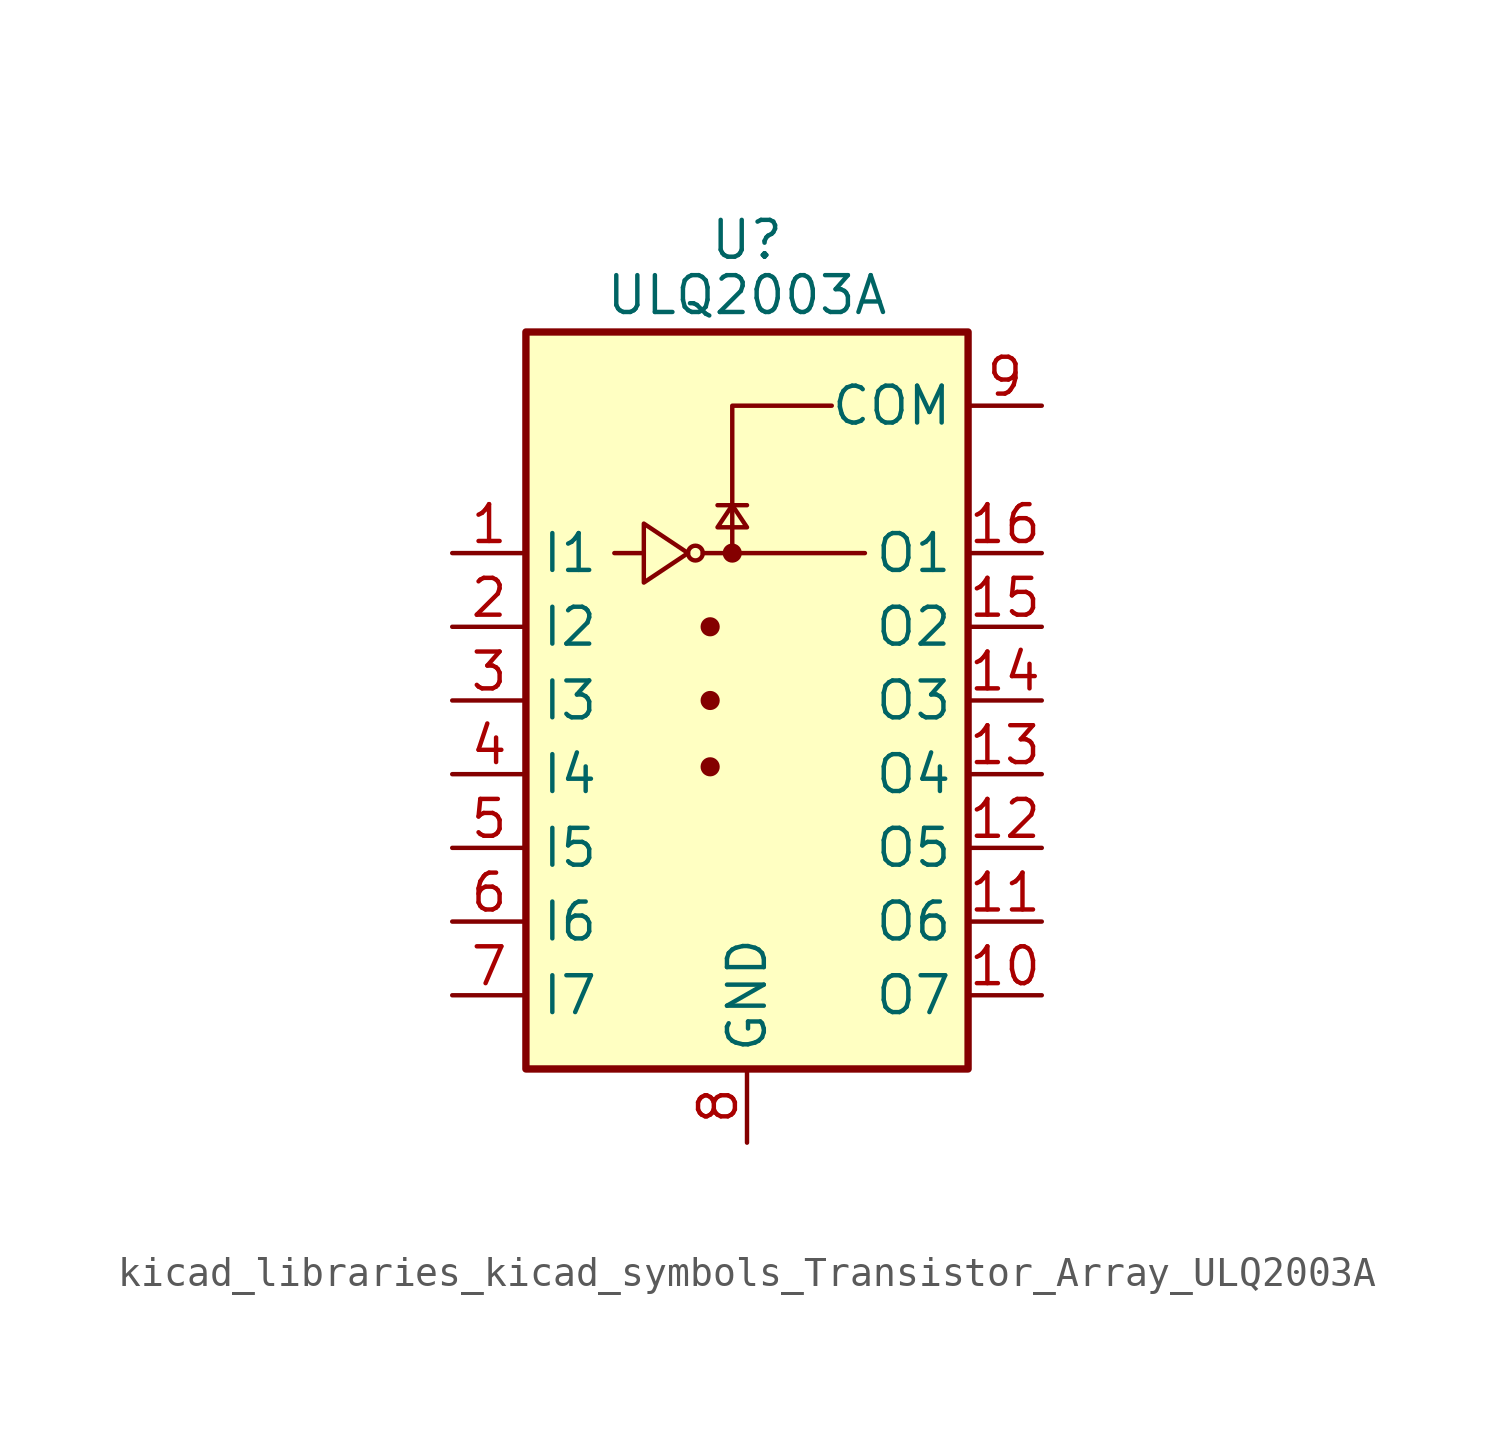
<source format=kicad_sym>
(kicad_symbol_lib
  (version 20220914)
  (generator kicad_symbol_editor)
  (symbol "kicad_libraries_kicad_symbols_Transistor_Array_ULQ2003A"
    (property "Reference" "U"
      (at 0 15.875 0)
      (effects (font (size 1.27 1.27))))
    (property "Value" "ULQ2003A"
      (at 0 13.97 0)
      (effects (font (size 1.27 1.27))))
    (symbol "kicad_libraries_kicad_symbols_Transistor_Array_ULQ2003A_0_1"
      (rectangle (start -7.62 -12.7) (end 7.62 12.7) (stroke (width 0.254) (type default)) (fill (type background)))
      (circle (center -1.778 5.08) (radius 0.254) (stroke (width 0) (type default)) (fill (type none)))
      (circle (center -1.27 -2.286) (radius 0.254) (stroke (width 0) (type default)) (fill (type outline)))
      (circle (center -1.27 0) (radius 0.254) (stroke (width 0) (type default)) (fill (type outline)))
      (circle (center -1.27 2.54) (radius 0.254) (stroke (width 0) (type default)) (fill (type outline)))
      (circle (center -0.508 5.08) (radius 0.254) (stroke (width 0) (type default)) (fill (type outline)))
      (polyline (pts (xy -4.572 5.08) (xy -3.556 5.08)) (stroke (width 0) (type default)) (fill (type none)))
      (polyline (pts (xy -1.524 5.08) (xy 4.064 5.08)) (stroke (width 0) (type default)) (fill (type none)))
      (polyline (pts (xy 0 6.731) (xy -1.016 6.731)) (stroke (width 0) (type default)) (fill (type none)))
      (polyline (pts (xy -0.508 5.08) (xy -0.508 10.16) (xy 2.921 10.16)) (stroke (width 0) (type default)) (fill (type none)))
      (polyline (pts (xy -3.556 6.096) (xy -3.556 4.064) (xy -2.032 5.08) (xy -3.556 6.096)) (stroke (width 0) (type default)) (fill (type none)))
      (polyline (pts (xy 0 5.969) (xy -1.016 5.969) (xy -0.508 6.731) (xy 0 5.969)) (stroke (width 0) (type default)) (fill (type none))))
    (symbol "kicad_libraries_kicad_symbols_Transistor_Array_ULQ2003A_1_1"
      (pin input line (at -10.16 5.08 0) (length 2.54) (name "I1" (effects (font (size 1.27 1.27)))) (number "1" (effects (font (size 1.27 1.27)))))
      (pin open_collector line (at 10.16 -10.16 180) (length 2.54) (name "O7" (effects (font (size 1.27 1.27)))) (number "10" (effects (font (size 1.27 1.27)))))
      (pin open_collector line (at 10.16 -7.62 180) (length 2.54) (name "O6" (effects (font (size 1.27 1.27)))) (number "11" (effects (font (size 1.27 1.27)))))
      (pin open_collector line (at 10.16 -5.08 180) (length 2.54) (name "O5" (effects (font (size 1.27 1.27)))) (number "12" (effects (font (size 1.27 1.27)))))
      (pin open_collector line (at 10.16 -2.54 180) (length 2.54) (name "O4" (effects (font (size 1.27 1.27)))) (number "13" (effects (font (size 1.27 1.27)))))
      (pin open_collector line (at 10.16 0 180) (length 2.54) (name "O3" (effects (font (size 1.27 1.27)))) (number "14" (effects (font (size 1.27 1.27)))))
      (pin open_collector line (at 10.16 2.54 180) (length 2.54) (name "O2" (effects (font (size 1.27 1.27)))) (number "15" (effects (font (size 1.27 1.27)))))
      (pin open_collector line (at 10.16 5.08 180) (length 2.54) (name "O1" (effects (font (size 1.27 1.27)))) (number "16" (effects (font (size 1.27 1.27)))))
      (pin input line (at -10.16 2.54 0) (length 2.54) (name "I2" (effects (font (size 1.27 1.27)))) (number "2" (effects (font (size 1.27 1.27)))))
      (pin input line (at -10.16 0 0) (length 2.54) (name "I3" (effects (font (size 1.27 1.27)))) (number "3" (effects (font (size 1.27 1.27)))))
      (pin input line (at -10.16 -2.54 0) (length 2.54) (name "I4" (effects (font (size 1.27 1.27)))) (number "4" (effects (font (size 1.27 1.27)))))
      (pin input line (at -10.16 -5.08 0) (length 2.54) (name "I5" (effects (font (size 1.27 1.27)))) (number "5" (effects (font (size 1.27 1.27)))))
      (pin input line (at -10.16 -7.62 0) (length 2.54) (name "I6" (effects (font (size 1.27 1.27)))) (number "6" (effects (font (size 1.27 1.27)))))
      (pin input line (at -10.16 -10.16 0) (length 2.54) (name "I7" (effects (font (size 1.27 1.27)))) (number "7" (effects (font (size 1.27 1.27)))))
      (pin power_in line (at 0 -15.24 90) (length 2.54) (name "GND" (effects (font (size 1.27 1.27)))) (number "8" (effects (font (size 1.27 1.27)))))
      (pin passive line (at 10.16 10.16 180) (length 2.54) (name "COM" (effects (font (size 1.27 1.27)))) (number "9" (effects (font (size 1.27 1.27))))))))
</source>
